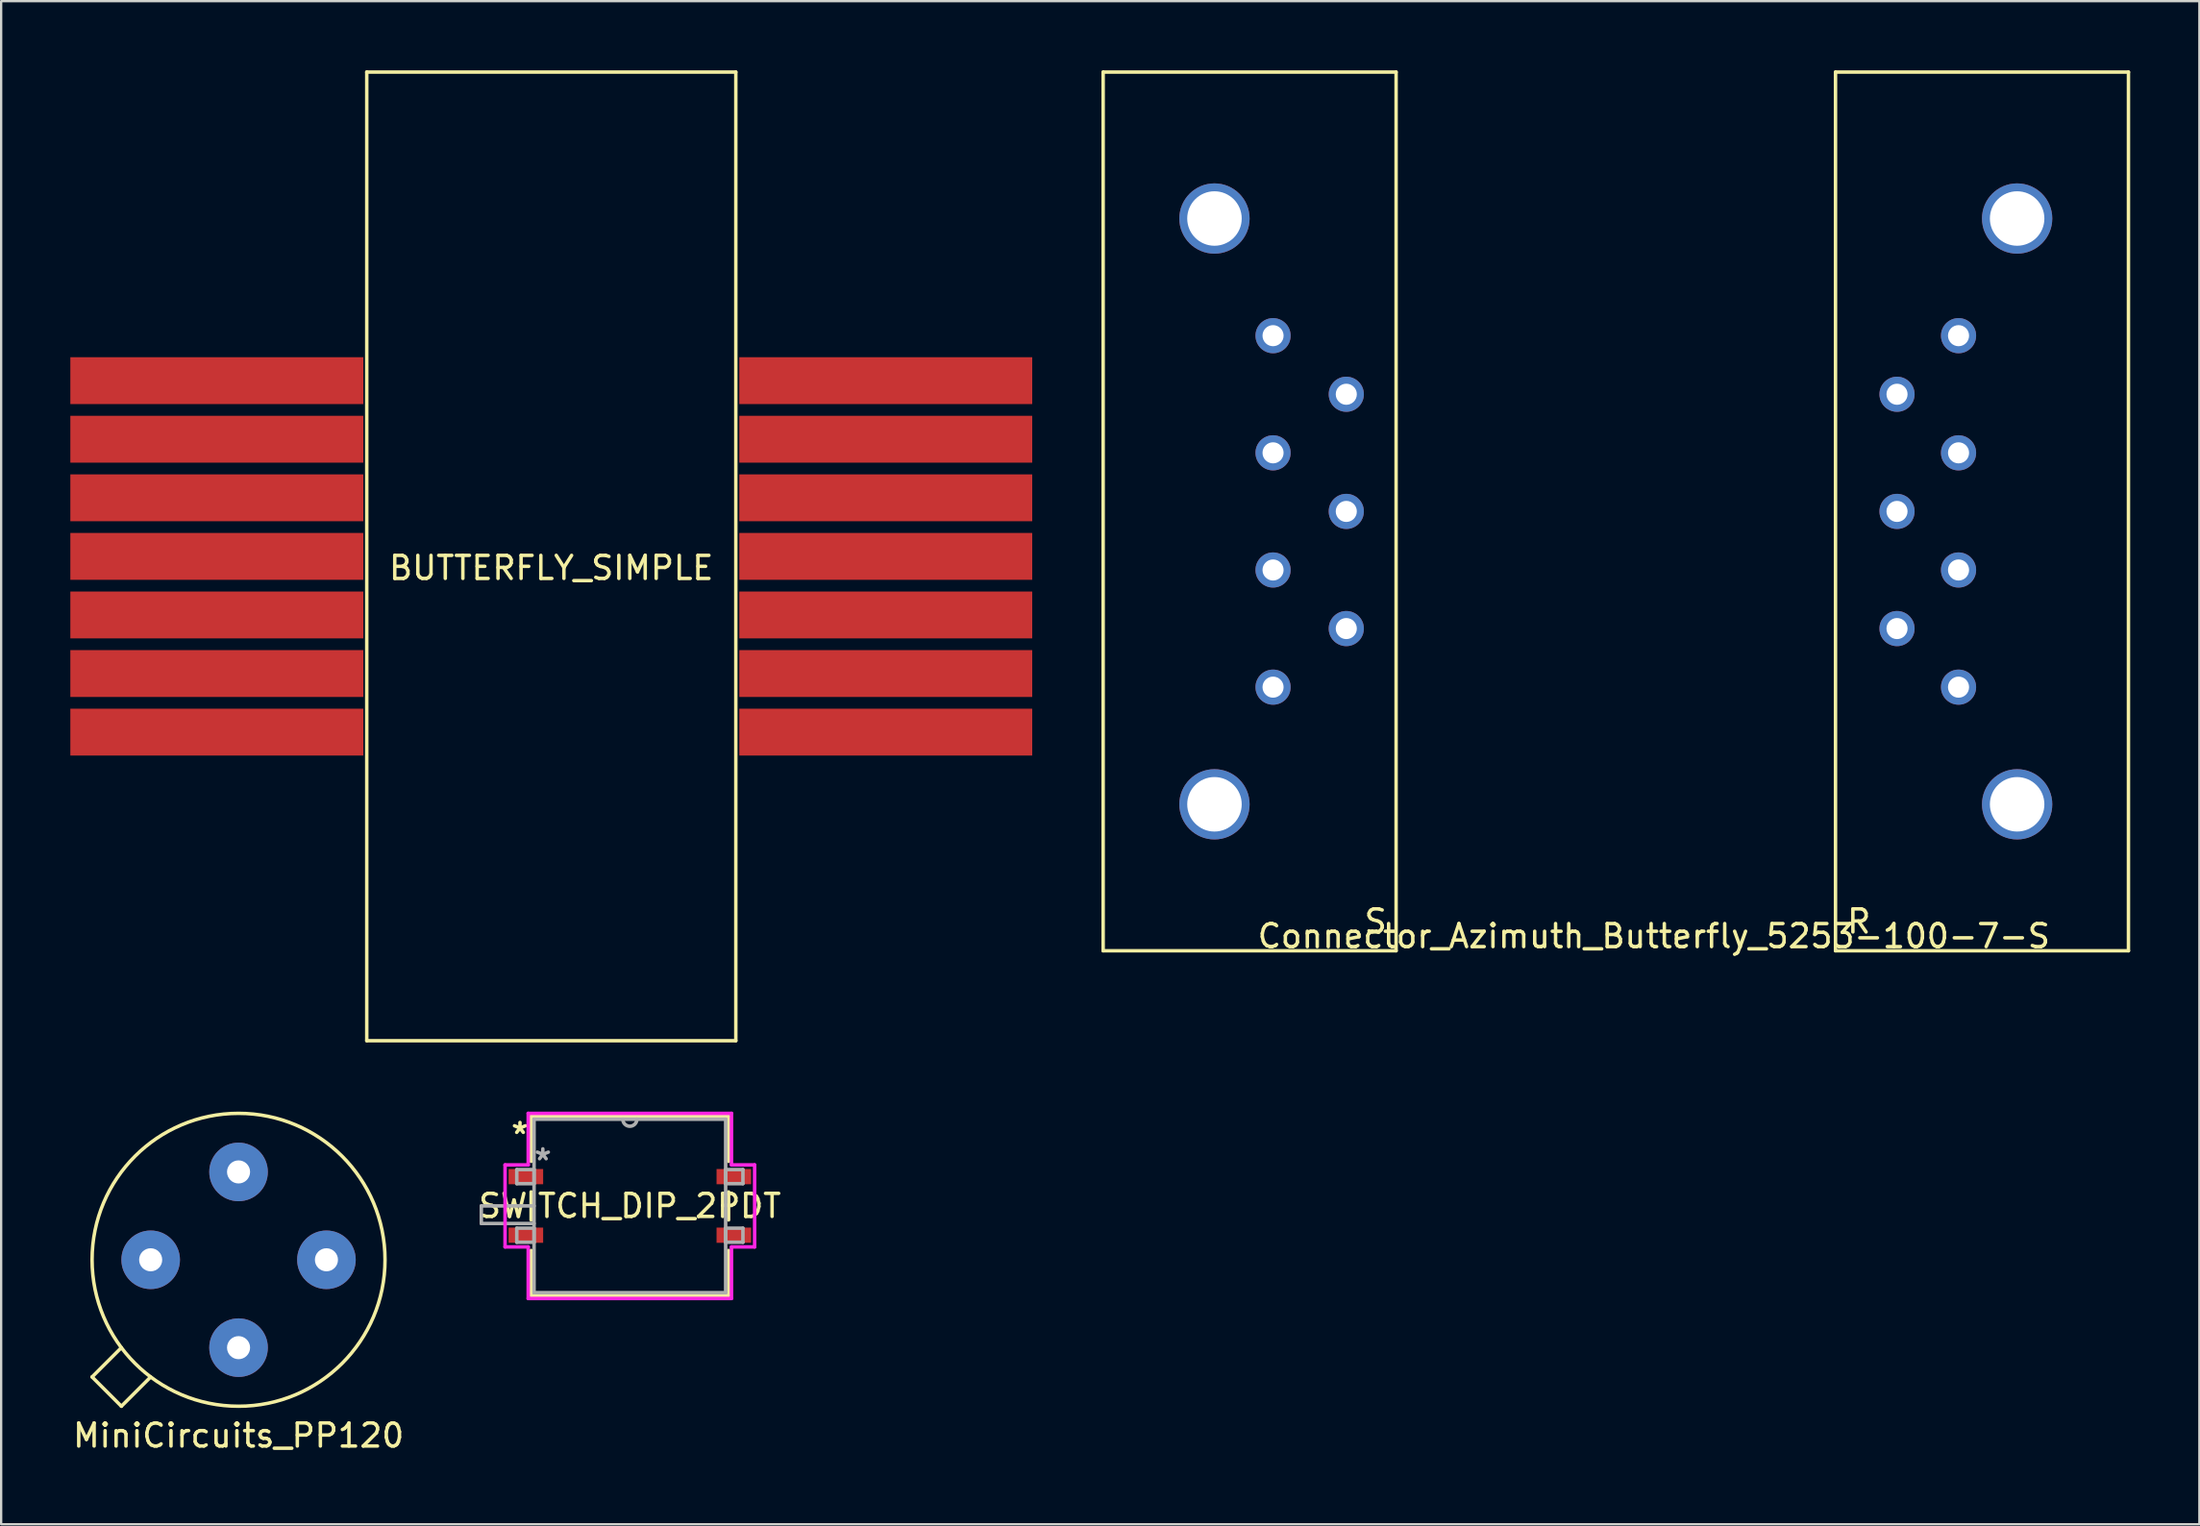
<source format=kicad_pcb>
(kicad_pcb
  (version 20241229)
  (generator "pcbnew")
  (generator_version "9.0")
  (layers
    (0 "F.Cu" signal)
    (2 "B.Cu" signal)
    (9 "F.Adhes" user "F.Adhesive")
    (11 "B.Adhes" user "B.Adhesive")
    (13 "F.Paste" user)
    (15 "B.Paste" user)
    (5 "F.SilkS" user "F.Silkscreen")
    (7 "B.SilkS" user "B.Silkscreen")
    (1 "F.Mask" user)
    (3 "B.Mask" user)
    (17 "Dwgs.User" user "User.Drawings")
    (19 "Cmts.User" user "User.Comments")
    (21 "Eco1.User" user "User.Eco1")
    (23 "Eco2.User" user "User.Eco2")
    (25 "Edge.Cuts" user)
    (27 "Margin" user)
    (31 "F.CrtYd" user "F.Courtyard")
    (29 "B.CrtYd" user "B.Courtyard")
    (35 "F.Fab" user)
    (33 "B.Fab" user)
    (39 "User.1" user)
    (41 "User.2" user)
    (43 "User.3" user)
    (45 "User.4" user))
  (footprint "BUTTERFLY_SIMPLE"
    (layer "F.Cu")
    (at 20.85 21.075)
    (property "Reference" "BUTTERFLY_SIMPLE" (at 0 0.5 0) (layer "F.SilkS") (effects (font (size 1 1) (thickness 0.15))))
    (attr through_hole)
    (fp_line (start -8 -21) (end -8 21) (stroke (width 0.15) (type solid)) (layer "F.SilkS"))
    (fp_line (start -8 -21) (end 8 -21) (stroke (width 0.15) (type solid)) (layer "F.SilkS"))
    (fp_line (start -8 21) (end 8 21) (stroke (width 0.15) (type solid)) (layer "F.SilkS"))
    (fp_line (start 8 21) (end 8 -21) (stroke (width 0.15) (type solid)) (layer "F.SilkS"))
    (pad "1" smd rect (at -14.5 -7.62) (size 12.7 2.032) (layers "F.Cu" "F.Mask" "F.Paste"))
    (pad "2" smd rect (at -14.5 -5.08) (size 12.7 2.032) (layers "F.Cu" "F.Mask" "F.Paste"))
    (pad "3" smd rect (at -14.5 -2.54) (size 12.7 2.032) (layers "F.Cu" "F.Mask" "F.Paste"))
    (pad "4" smd rect (at -14.5 0) (size 12.7 2.032) (layers "F.Cu" "F.Mask" "F.Paste"))
    (pad "5" smd rect (at -14.5 2.54) (size 12.7 2.032) (layers "F.Cu" "F.Mask" "F.Paste"))
    (pad "6" smd rect (at -14.5 5.08) (size 12.7 2.032) (layers "F.Cu" "F.Mask" "F.Paste"))
    (pad "7" smd rect (at -14.5 7.62) (size 12.7 2.032) (layers "F.Cu" "F.Mask" "F.Paste"))
    (pad "8" smd rect (at 14.5 7.62) (size 12.7 2.032) (layers "F.Cu" "F.Mask" "F.Paste"))
    (pad "9" smd rect (at 14.5 5.08) (size 12.7 2.032) (layers "F.Cu" "F.Mask" "F.Paste"))
    (pad "10" smd rect (at 14.5 2.54) (size 12.7 2.032) (layers "F.Cu" "F.Mask" "F.Paste"))
    (pad "11" smd rect (at 14.5 0) (size 12.7 2.032) (layers "F.Cu" "F.Mask" "F.Paste"))
    (pad "12" smd rect (at 14.5 -2.54) (size 12.7 2.032) (layers "F.Cu" "F.Mask" "F.Paste"))
    (pad "13" smd rect (at 14.5 -5.08) (size 12.7 2.032) (layers "F.Cu" "F.Mask" "F.Paste"))
    (pad "14" smd rect (at 14.5 -7.62) (size 12.7 2.032) (layers "F.Cu" "F.Mask" "F.Paste")))
  (footprint "SWITCH_DIP_2PDT"
    (layer "F.Cu")
    (at 24.256 49.239)
    (property "Reference" "SWITCH_DIP_2PDT" (at 0 0 0) (layer "F.SilkS") (effects (font (size 1 1) (thickness 0.15))))
    (attr through_hole)
    (fp_line (start -4.28 -3.886) (end -4.28 -1.933) (stroke (width 0.152) (type solid)) (layer "F.SilkS"))
    (fp_line (start -4.28 -0.607) (end -4.28 0.607) (stroke (width 0.152) (type solid)) (layer "F.SilkS"))
    (fp_line (start -4.28 1.933) (end -4.28 3.886) (stroke (width 0.152) (type solid)) (layer "F.SilkS"))
    (fp_line (start -4.28 3.886) (end 4.28 3.886) (stroke (width 0.152) (type solid)) (layer "F.SilkS"))
    (fp_line (start 4.28 -3.886) (end -4.28 -3.886) (stroke (width 0.152) (type solid)) (layer "F.SilkS"))
    (fp_line (start 4.28 -1.933) (end 4.28 -3.886) (stroke (width 0.152) (type solid)) (layer "F.SilkS"))
    (fp_line (start 4.28 0.607) (end 4.28 -0.607) (stroke (width 0.152) (type solid)) (layer "F.SilkS"))
    (fp_line (start 4.28 3.886) (end 4.28 1.933) (stroke (width 0.152) (type solid)) (layer "F.SilkS"))
    (fp_line (start -5.41 -1.778) (end -4.407 -1.778) (stroke (width 0.152) (type solid)) (layer "F.CrtYd"))
    (fp_line (start -5.41 1.778) (end -5.41 -1.778) (stroke (width 0.152) (type solid)) (layer "F.CrtYd"))
    (fp_line (start -4.407 -4.013) (end 4.407 -4.013) (stroke (width 0.152) (type solid)) (layer "F.CrtYd"))
    (fp_line (start -4.407 -1.778) (end -4.407 -4.013) (stroke (width 0.152) (type solid)) (layer "F.CrtYd"))
    (fp_line (start -4.407 1.778) (end -5.41 1.778) (stroke (width 0.152) (type solid)) (layer "F.CrtYd"))
    (fp_line (start -4.407 4.013) (end -4.407 1.778) (stroke (width 0.152) (type solid)) (layer "F.CrtYd"))
    (fp_line (start 4.407 -4.013) (end 4.407 -1.778) (stroke (width 0.152) (type solid)) (layer "F.CrtYd"))
    (fp_line (start 4.407 -1.778) (end 5.41 -1.778) (stroke (width 0.152) (type solid)) (layer "F.CrtYd"))
    (fp_line (start 4.407 1.778) (end 4.407 4.013) (stroke (width 0.152) (type solid)) (layer "F.CrtYd"))
    (fp_line (start 4.407 4.013) (end -4.407 4.013) (stroke (width 0.152) (type solid)) (layer "F.CrtYd"))
    (fp_line (start 5.41 -1.778) (end 5.41 1.778) (stroke (width 0.152) (type solid)) (layer "F.CrtYd"))
    (fp_line (start 5.41 1.778) (end 4.407 1.778) (stroke (width 0.152) (type solid)) (layer "F.CrtYd"))
    (fp_line (start -6.439 0.762) (end -6.439 0) (stroke (width 0.152) (type solid)) (layer "F.Fab"))
    (fp_line (start -4.902 -1.575) (end -4.902 -0.965) (stroke (width 0.152) (type solid)) (layer "F.Fab"))
    (fp_line (start -4.902 -0.965) (end -4.153 -0.965) (stroke (width 0.152) (type solid)) (layer "F.Fab"))
    (fp_line (start -4.902 0.965) (end -4.902 1.575) (stroke (width 0.152) (type solid)) (layer "F.Fab"))
    (fp_line (start -4.902 1.575) (end -4.153 1.575) (stroke (width 0.152) (type solid)) (layer "F.Fab"))
    (fp_line (start -4.153 -3.759) (end -4.153 3.759) (stroke (width 0.152) (type solid)) (layer "F.Fab"))
    (fp_line (start -4.153 -1.575) (end -4.902 -1.575) (stroke (width 0.152) (type solid)) (layer "F.Fab"))
    (fp_line (start -4.153 -0.965) (end -4.153 -1.575) (stroke (width 0.152) (type solid)) (layer "F.Fab"))
    (fp_line (start -4.153 0) (end -6.439 0) (stroke (width 0.152) (type solid)) (layer "F.Fab"))
    (fp_line (start -4.153 0.762) (end -6.439 0.762) (stroke (width 0.152) (type solid)) (layer "F.Fab"))
    (fp_line (start -4.153 0.965) (end -4.902 0.965) (stroke (width 0.152) (type solid)) (layer "F.Fab"))
    (fp_line (start -4.153 1.575) (end -4.153 0.965) (stroke (width 0.152) (type solid)) (layer "F.Fab"))
    (fp_line (start -4.153 3.759) (end 4.153 3.759) (stroke (width 0.152) (type solid)) (layer "F.Fab"))
    (fp_line (start 4.153 -3.759) (end -4.153 -3.759) (stroke (width 0.152) (type solid)) (layer "F.Fab"))
    (fp_line (start 4.153 -1.575) (end 4.153 -0.965) (stroke (width 0.152) (type solid)) (layer "F.Fab"))
    (fp_line (start 4.153 -0.965) (end 4.902 -0.965) (stroke (width 0.152) (type solid)) (layer "F.Fab"))
    (fp_line (start 4.153 0.965) (end 4.153 1.575) (stroke (width 0.152) (type solid)) (layer "F.Fab"))
    (fp_line (start 4.153 1.575) (end 4.902 1.575) (stroke (width 0.152) (type solid)) (layer "F.Fab"))
    (fp_line (start 4.153 3.759) (end 4.153 -3.759) (stroke (width 0.152) (type solid)) (layer "F.Fab"))
    (fp_line (start 4.902 -1.575) (end 4.153 -1.575) (stroke (width 0.152) (type solid)) (layer "F.Fab"))
    (fp_line (start 4.902 -0.965) (end 4.902 -1.575) (stroke (width 0.152) (type solid)) (layer "F.Fab"))
    (fp_line (start 4.902 0.965) (end 4.153 0.965) (stroke (width 0.152) (type solid)) (layer "F.Fab"))
    (fp_line (start 4.902 1.575) (end 4.902 0.965) (stroke (width 0.152) (type solid)) (layer "F.Fab"))
    (fp_arc (start 0.3048 -3.7592) (mid 0 -3.4544) (end -0.3048 -3.7592) (stroke (width 0.1524) (type solid)) (layer "F.Fab"))
    (fp_text user "*" (at -4.763 -3.073 0) (layer "F.SilkS") (effects (font (size 1 1) (thickness 0.15))))
    (fp_text user "Copyright 2016 Accelerated Designs. All rights reserved." (at 0 0 0) (layer "Cmts.User") (effects (font (size 0.127 0.127) (thickness 0.002))))
    (fp_text user "*" (at -3.772 -1.93 0) (layer "F.Fab") (effects (font (size 1 1) (thickness 0.15))))
    (pad "1" smd rect (at -4.508 -1.27) (size 1.499 0.66) (layers "F.Cu" "F.Mask" "F.Paste"))
    (pad "2" smd rect (at -4.508 1.27) (size 1.499 0.66) (layers "F.Cu" "F.Mask" "F.Paste"))
    (pad "3" smd rect (at 4.508 1.27) (size 1.499 0.66) (layers "F.Cu" "F.Mask" "F.Paste"))
    (pad "4" smd rect (at 4.508 -1.27) (size 1.499 0.66) (layers "F.Cu" "F.Mask" "F.Paste")))
  (footprint "Connector_Azimuth_Butterfly_5253-100-7-S"
    (layer "F.Cu")
    (at 49.601 31.825)
    (property "Reference" "Connector_Azimuth_Butterfly_5253-100-7-S" (at 19.05 5.715 0) (layer "F.SilkS") (effects (font (size 1 1) (thickness 0.15))))
    (attr through_hole)
    (fp_line (start -4.826 -31.75) (end -4.826 6.35) (stroke (width 0.15) (type solid)) (layer "F.SilkS"))
    (fp_line (start 7.874 -31.75) (end -4.826 -31.75) (stroke (width 0.15) (type solid)) (layer "F.SilkS"))
    (fp_line (start 7.874 6.35) (end -4.826 6.35) (stroke (width 0.15) (type solid)) (layer "F.SilkS"))
    (fp_line (start 7.874 6.35) (end 7.874 -31.75) (stroke (width 0.15) (type solid)) (layer "F.SilkS"))
    (fp_line (start 26.924 -31.75) (end 39.624 -31.75) (stroke (width 0.15) (type solid)) (layer "F.SilkS"))
    (fp_line (start 26.924 6.35) (end 26.924 -31.75) (stroke (width 0.15) (type solid)) (layer "F.SilkS"))
    (fp_line (start 26.924 6.35) (end 39.624 6.35) (stroke (width 0.15) (type solid)) (layer "F.SilkS"))
    (fp_line (start 39.624 -31.75) (end 39.624 6.35) (stroke (width 0.15) (type solid)) (layer "F.SilkS"))
    (fp_text user "R" (at 27.94 5.08 0) (layer "F.SilkS") (effects (font (size 1 1) (thickness 0.15))))
    (fp_text user "S" (at 6.985 5.08 0) (layer "F.SilkS") (effects (font (size 1 1) (thickness 0.15))))
    (pad "" np_thru_hole circle (at 0 -25.4) (size 3.048 3.048) (drill 2.362) (layers "*.Cu" "*.Mask"))
    (pad "" np_thru_hole circle (at 0 0) (size 3.048 3.048) (drill 2.362) (layers "*.Cu" "*.Mask"))
    (pad "" np_thru_hole circle (at 34.798 -25.4) (size 3.048 3.048) (drill 2.362) (layers "*.Cu" "*.Mask"))
    (pad "" np_thru_hole circle (at 34.798 0) (size 3.048 3.048) (drill 2.362) (layers "*.Cu" "*.Mask"))
    (pad "1" thru_hole circle (at 2.54 -20.32) (size 1.524 1.524) (drill 0.914) (layers "*.Cu" "*.Mask"))
    (pad "2" thru_hole circle (at 5.715 -17.78) (size 1.524 1.524) (drill 0.914) (layers "*.Cu" "*.Mask"))
    (pad "3" thru_hole circle (at 2.54 -15.24) (size 1.524 1.524) (drill 0.914) (layers "*.Cu" "*.Mask"))
    (pad "4" thru_hole circle (at 5.715 -12.7) (size 1.524 1.524) (drill 0.914) (layers "*.Cu" "*.Mask"))
    (pad "5" thru_hole circle (at 2.54 -10.16) (size 1.524 1.524) (drill 0.914) (layers "*.Cu" "*.Mask"))
    (pad "6" thru_hole circle (at 5.715 -7.62) (size 1.524 1.524) (drill 0.914) (layers "*.Cu" "*.Mask"))
    (pad "7" thru_hole circle (at 2.54 -5.08) (size 1.524 1.524) (drill 0.914) (layers "*.Cu" "*.Mask"))
    (pad "8" thru_hole circle (at 32.258 -5.08) (size 1.524 1.524) (drill 0.914) (layers "*.Cu" "*.Mask"))
    (pad "9" thru_hole circle (at 29.591 -7.62) (size 1.524 1.524) (drill 0.914) (layers "*.Cu" "*.Mask"))
    (pad "10" thru_hole circle (at 32.258 -10.16) (size 1.524 1.524) (drill 0.914) (layers "*.Cu" "*.Mask"))
    (pad "11" thru_hole circle (at 29.591 -12.7) (size 1.524 1.524) (drill 0.914) (layers "*.Cu" "*.Mask"))
    (pad "12" thru_hole circle (at 32.258 -15.24) (size 1.524 1.524) (drill 0.914) (layers "*.Cu" "*.Mask"))
    (pad "13" thru_hole circle (at 29.591 -17.78) (size 1.524 1.524) (drill 0.914) (layers "*.Cu" "*.Mask"))
    (pad "14" thru_hole circle (at 32.258 -20.32) (size 1.524 1.524) (drill 0.914) (layers "*.Cu" "*.Mask")))
  (footprint "MiniCircuits_PP120"
    (layer "F.Cu")
    (at 7.292 51.575)
    (property "Reference" "MiniCircuits_PP120" (at 0 7.62 0) (layer "F.SilkS") (effects (font (size 1 1) (thickness 0.15))))
    (attr through_hole)
    (fp_line (start -6.35 5.08) (end -5.08 6.35) (stroke (width 0.15) (type solid)) (layer "F.SilkS"))
    (fp_line (start -5.08 3.81) (end -6.35 5.08) (stroke (width 0.15) (type solid)) (layer "F.SilkS"))
    (fp_line (start -5.08 6.35) (end -3.81 5.08) (stroke (width 0.15) (type solid)) (layer "F.SilkS"))
    (fp_circle (center 0 0) (end 6.35 0) (stroke (width 0.15) (type solid)) (fill no) (layer "F.SilkS"))
    (pad "1" thru_hole circle (at 0 3.81) (size 2.54 2.54) (drill 1) (layers "*.Cu" "*.Mask"))
    (pad "2" thru_hole circle (at 3.81 0) (size 2.54 2.54) (drill 1) (layers "*.Cu" "*.Mask"))
    (pad "3" thru_hole circle (at 0 -3.81) (size 2.54 2.54) (drill 1) (layers "*.Cu" "*.Mask"))
    (pad "4" thru_hole circle (at -3.81 0) (size 2.54 2.54) (drill 1) (layers "*.Cu" "*.Mask")))
  (gr_rect
    (start -3 -3)
    (end 92.3 63.043)
    (stroke (width 0.1) (type default))
    (fill no)
    (layer "Edge.Cuts")))
</source>
